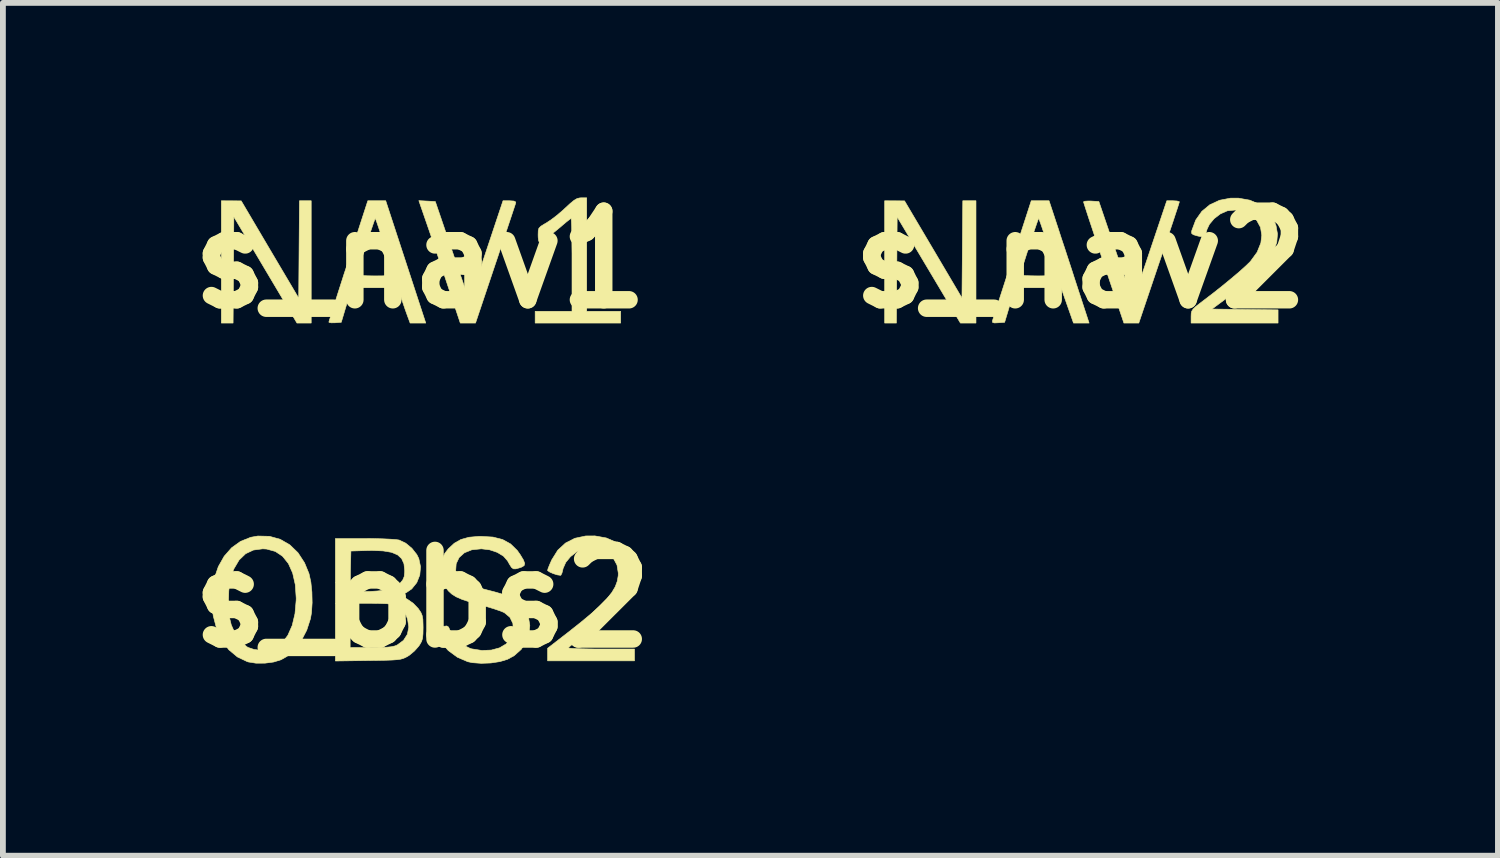
<source format=kicad_pcb>
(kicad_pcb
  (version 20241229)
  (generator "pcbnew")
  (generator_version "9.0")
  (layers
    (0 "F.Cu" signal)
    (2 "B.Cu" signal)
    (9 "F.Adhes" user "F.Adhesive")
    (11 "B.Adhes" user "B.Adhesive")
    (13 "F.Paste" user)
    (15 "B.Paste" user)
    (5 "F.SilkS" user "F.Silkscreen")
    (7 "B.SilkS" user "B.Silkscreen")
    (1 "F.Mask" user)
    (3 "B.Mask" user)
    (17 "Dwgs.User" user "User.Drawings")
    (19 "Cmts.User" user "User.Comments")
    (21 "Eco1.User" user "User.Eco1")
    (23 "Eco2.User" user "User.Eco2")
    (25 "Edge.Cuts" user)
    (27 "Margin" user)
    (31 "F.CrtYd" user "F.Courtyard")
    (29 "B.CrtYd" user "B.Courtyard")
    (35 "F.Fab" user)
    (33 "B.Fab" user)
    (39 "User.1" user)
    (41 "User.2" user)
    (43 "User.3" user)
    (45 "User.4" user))
  (footprint "s_nav2"
    (layer "F.Cu")
    (at 15.541 1.418)
    (property "Reference" "s_nav2" (at 0 0 0) (layer "F.SilkS") (effects (font (size 1.524 1.524) (thickness 0.3))))
    (attr through_hole)
    (fp_poly (pts (xy -1.8 1.09) (xy -2.068 1.09) (xy -3.156 -0.736) (xy -3.169 1.09) (xy -3.371 1.09) (xy -3.371 -1.014) (xy -3.2 -1.013) (xy -3.029 -1.012) (xy -2.535 -0.177) (xy -2.041 0.659) (xy -2.027 -1.014) (xy -1.8 -1.014) (xy -1.8 1.09)) (stroke (width 0.01) (type solid)) (fill yes) (layer "F.SilkS"))
    (fp_poly (pts (xy 1.657 -1.01) (xy 1.695 -1) (xy 1.699 -0.995) (xy 1.691 -0.968) (xy 1.669 -0.897) (xy 1.633 -0.789) (xy 1.587 -0.648) (xy 1.53 -0.479) (xy 1.466 -0.287) (xy 1.396 -0.077) (xy 1.35 0.057) (xy 1.001 1.09) (xy 0.873 1.09) (xy 0.745 1.09) (xy 0.397 0.057) (xy 0.324 -0.161) (xy 0.256 -0.365) (xy 0.195 -0.549) (xy 0.142 -0.708) (xy 0.1 -0.837) (xy 0.07 -0.931) (xy 0.053 -0.985) (xy 0.05 -0.996) (xy 0.073 -1.006) (xy 0.132 -1.01) (xy 0.182 -1.009) (xy 0.314 -1.001) (xy 0.599 -0.165) (xy 0.666 0.031) (xy 0.728 0.212) (xy 0.783 0.373) (xy 0.828 0.507) (xy 0.864 0.608) (xy 0.886 0.673) (xy 0.893 0.694) (xy 0.903 0.676) (xy 0.927 0.615) (xy 0.963 0.516) (xy 1.009 0.385) (xy 1.065 0.226) (xy 1.127 0.045) (xy 1.192 -0.149) (xy 1.483 -1.014) (xy 1.591 -1.014) (xy 1.657 -1.01)) (stroke (width 0.01) (type solid)) (fill yes) (layer "F.SilkS"))
    (fp_poly (pts (xy 2.716 -1.059) (xy 2.912 -1.024) (xy 3.08 -0.951) (xy 3.216 -0.843) (xy 3.316 -0.703) (xy 3.362 -0.586) (xy 3.387 -0.444) (xy 3.375 -0.301) (xy 3.325 -0.156) (xy 3.236 -0.004) (xy 3.105 0.155) (xy 2.931 0.325) (xy 2.713 0.508) (xy 2.56 0.626) (xy 2.26 0.849) (xy 2.828 0.856) (xy 3.397 0.863) (xy 3.397 1.09) (xy 1.901 1.09) (xy 1.901 0.977) (xy 1.903 0.925) (xy 1.912 0.886) (xy 1.936 0.849) (xy 1.982 0.805) (xy 2.058 0.746) (xy 2.11 0.706) (xy 2.279 0.577) (xy 2.444 0.446) (xy 2.596 0.321) (xy 2.731 0.207) (xy 2.839 0.11) (xy 2.915 0.036) (xy 2.924 0.026) (xy 3.037 -0.129) (xy 3.101 -0.288) (xy 3.117 -0.421) (xy 3.095 -0.557) (xy 3.031 -0.674) (xy 2.935 -0.767) (xy 2.814 -0.829) (xy 2.676 -0.856) (xy 2.529 -0.842) (xy 2.519 -0.839) (xy 2.404 -0.788) (xy 2.298 -0.707) (xy 2.216 -0.609) (xy 2.176 -0.525) (xy 2.155 -0.455) (xy 2.136 -0.408) (xy 2.131 -0.4) (xy 2.1 -0.395) (xy 2.038 -0.403) (xy 2.007 -0.41) (xy 1.94 -0.43) (xy 1.911 -0.452) (xy 1.91 -0.486) (xy 1.914 -0.504) (xy 1.981 -0.683) (xy 2.086 -0.832) (xy 2.224 -0.946) (xy 2.391 -1.023) (xy 2.58 -1.059) (xy 2.716 -1.059)) (stroke (width 0.01) (type solid)) (fill yes) (layer "F.SilkS"))
    (fp_poly (pts (xy -0.457 -0.754) (xy -0.428 -0.665) (xy -0.385 -0.535) (xy -0.333 -0.374) (xy -0.272 -0.191) (xy -0.207 0.008) (xy -0.14 0.213) (xy -0.113 0.298) (xy 0.146 1.09) (xy -0.122 1.09) (xy -0.229 0.786) (xy -0.336 0.482) (xy -0.732 0.482) (xy -1.128 0.482) (xy -1.307 1.077) (xy -1.417 1.085) (xy -1.485 1.088) (xy -1.515 1.078) (xy -1.517 1.053) (xy -1.515 1.047) (xy -1.505 1.014) (xy -1.481 0.938) (xy -1.444 0.824) (xy -1.397 0.677) (xy -1.341 0.504) (xy -1.278 0.309) (xy -1.264 0.264) (xy -1.039 0.264) (xy -1.016 0.269) (xy -0.951 0.274) (xy -0.854 0.277) (xy -0.736 0.279) (xy -0.722 0.279) (xy -0.602 0.277) (xy -0.503 0.273) (xy -0.435 0.266) (xy -0.406 0.258) (xy -0.406 0.257) (xy -0.413 0.225) (xy -0.433 0.156) (xy -0.464 0.058) (xy -0.501 -0.06) (xy -0.543 -0.19) (xy -0.586 -0.322) (xy -0.628 -0.447) (xy -0.665 -0.557) (xy -0.695 -0.643) (xy -0.715 -0.697) (xy -0.722 -0.71) (xy -0.732 -0.687) (xy -0.754 -0.625) (xy -0.786 -0.532) (xy -0.824 -0.417) (xy -0.867 -0.289) (xy -0.91 -0.156) (xy -0.951 -0.028) (xy -0.987 0.087) (xy -1.016 0.18) (xy -1.034 0.242) (xy -1.039 0.264) (xy -1.264 0.264) (xy -1.21 0.098) (xy -1.176 -0.006) (xy -0.849 -1.014) (xy -0.696 -1.014) (xy -0.543 -1.014) (xy -0.457 -0.754)) (stroke (width 0.01) (type solid)) (fill yes) (layer "F.SilkS")))
  (footprint "s_nav1"
    (layer "F.Cu")
    (at 4.18 1.418)
    (property "Reference" "s_nav1" (at 0 0 0) (layer "F.SilkS") (effects (font (size 1.524 1.524) (thickness 0.3))))
    (attr through_hole)
    (fp_poly (pts (xy -1.876 1.09) (xy -2.121 1.09) (xy -2.664 0.176) (xy -3.207 -0.738) (xy -3.213 0.176) (xy -3.22 1.09) (xy -3.422 1.09) (xy -3.422 -1.014) (xy -3.251 -1.013) (xy -3.08 -1.012) (xy -2.586 -0.175) (xy -2.091 0.661) (xy -2.078 -1.014) (xy -1.876 -1.014) (xy -1.876 1.09)) (stroke (width 0.01) (type solid)) (fill yes) (layer "F.SilkS"))
    (fp_poly (pts (xy 0.259 -1.001) (xy 0.548 -0.154) (xy 0.615 0.042) (xy 0.677 0.223) (xy 0.732 0.383) (xy 0.778 0.516) (xy 0.813 0.616) (xy 0.836 0.68) (xy 0.843 0.7) (xy 0.853 0.678) (xy 0.876 0.614) (xy 0.912 0.512) (xy 0.958 0.378) (xy 1.013 0.218) (xy 1.074 0.035) (xy 1.137 -0.153) (xy 1.424 -1.014) (xy 1.537 -1.014) (xy 1.612 -1.009) (xy 1.642 -0.993) (xy 1.643 -0.981) (xy 1.634 -0.95) (xy 1.61 -0.877) (xy 1.573 -0.766) (xy 1.525 -0.622) (xy 1.468 -0.451) (xy 1.403 -0.258) (xy 1.333 -0.047) (xy 1.293 0.071) (xy 0.951 1.09) (xy 0.689 1.09) (xy 0.505 0.539) (xy 0.438 0.338) (xy 0.363 0.113) (xy 0.285 -0.117) (xy 0.211 -0.334) (xy 0.149 -0.515) (xy -0.024 -1.016) (xy 0.259 -1.001)) (stroke (width 0.01) (type solid)) (fill yes) (layer "F.SilkS"))
    (fp_poly (pts (xy 2.864 0.887) (xy 3.448 0.887) (xy 3.448 1.09) (xy 1.977 1.09) (xy 1.977 0.887) (xy 2.611 0.887) (xy 2.611 0.089) (xy 2.611 -0.107) (xy 2.609 -0.285) (xy 2.607 -0.439) (xy 2.605 -0.565) (xy 2.601 -0.655) (xy 2.598 -0.703) (xy 2.596 -0.71) (xy 2.571 -0.694) (xy 2.518 -0.653) (xy 2.448 -0.594) (xy 2.425 -0.574) (xy 2.324 -0.49) (xy 2.226 -0.414) (xy 2.141 -0.354) (xy 2.077 -0.315) (xy 2.047 -0.304) (xy 2.036 -0.327) (xy 2.029 -0.385) (xy 2.028 -0.429) (xy 2.03 -0.497) (xy 2.041 -0.541) (xy 2.074 -0.575) (xy 2.136 -0.614) (xy 2.168 -0.632) (xy 2.25 -0.686) (xy 2.35 -0.762) (xy 2.452 -0.849) (xy 2.494 -0.888) (xy 2.583 -0.97) (xy 2.648 -1.023) (xy 2.698 -1.052) (xy 2.744 -1.063) (xy 2.772 -1.065) (xy 2.864 -1.065) (xy 2.864 0.887)) (stroke (width 0.01) (type solid)) (fill yes) (layer "F.SilkS"))
    (fp_poly (pts (xy 0.095 1.09) (xy -0.174 1.09) (xy -0.223 0.957) (xy -0.258 0.86) (xy -0.298 0.743) (xy -0.328 0.653) (xy -0.384 0.482) (xy -1.181 0.482) (xy -1.359 1.077) (xy -1.465 1.085) (xy -1.53 1.086) (xy -1.568 1.078) (xy -1.572 1.073) (xy -1.564 1.045) (xy -1.542 0.974) (xy -1.508 0.865) (xy -1.463 0.723) (xy -1.409 0.553) (xy -1.347 0.36) (xy -1.315 0.259) (xy -1.09 0.259) (xy -1.066 0.267) (xy -1.001 0.273) (xy -0.905 0.277) (xy -0.787 0.279) (xy -0.773 0.279) (xy -0.653 0.278) (xy -0.554 0.274) (xy -0.485 0.269) (xy -0.457 0.263) (xy -0.456 0.263) (xy -0.464 0.232) (xy -0.484 0.163) (xy -0.514 0.065) (xy -0.552 -0.053) (xy -0.594 -0.182) (xy -0.637 -0.315) (xy -0.679 -0.441) (xy -0.716 -0.552) (xy -0.746 -0.64) (xy -0.766 -0.695) (xy -0.773 -0.71) (xy -0.784 -0.687) (xy -0.806 -0.625) (xy -0.838 -0.532) (xy -0.877 -0.417) (xy -0.919 -0.289) (xy -0.962 -0.157) (xy -1.004 -0.029) (xy -1.04 0.085) (xy -1.068 0.178) (xy -1.086 0.239) (xy -1.09 0.259) (xy -1.315 0.259) (xy -1.279 0.15) (xy -1.237 0.019) (xy -0.902 -1.014) (xy -0.594 -1.014) (xy 0.095 1.09)) (stroke (width 0.01) (type solid)) (fill yes) (layer "F.SilkS")))
  (footprint "s_obs2"
    (layer "F.Cu")
    (at 4.216 7.254)
    (property "Reference" "s_obs2" (at 0 0 0) (layer "F.SilkS") (effects (font (size 1.524 1.524) (thickness 0.3))))
    (attr through_hole)
    (fp_poly (pts (xy 3.165 -1.049) (xy 3.333 -0.976) (xy 3.469 -0.868) (xy 3.569 -0.728) (xy 3.616 -0.612) (xy 3.64 -0.464) (xy 3.626 -0.314) (xy 3.571 -0.162) (xy 3.474 -0.003) (xy 3.334 0.163) (xy 3.149 0.339) (xy 2.918 0.527) (xy 2.792 0.621) (xy 2.69 0.697) (xy 2.604 0.762) (xy 2.543 0.812) (xy 2.513 0.84) (xy 2.511 0.843) (xy 2.535 0.848) (xy 2.602 0.853) (xy 2.706 0.857) (xy 2.839 0.86) (xy 2.994 0.862) (xy 3.08 0.862) (xy 3.65 0.862) (xy 3.65 1.065) (xy 2.155 1.065) (xy 2.155 0.849) (xy 2.511 0.573) (xy 2.733 0.397) (xy 2.916 0.245) (xy 3.063 0.112) (xy 3.177 -0.005) (xy 3.261 -0.112) (xy 3.319 -0.21) (xy 3.354 -0.305) (xy 3.37 -0.4) (xy 3.371 -0.445) (xy 3.349 -0.583) (xy 3.285 -0.702) (xy 3.188 -0.794) (xy 3.067 -0.855) (xy 2.927 -0.879) (xy 2.777 -0.862) (xy 2.768 -0.86) (xy 2.653 -0.808) (xy 2.549 -0.727) (xy 2.468 -0.629) (xy 2.422 -0.526) (xy 2.418 -0.508) (xy 2.402 -0.444) (xy 2.383 -0.408) (xy 2.376 -0.406) (xy 2.321 -0.414) (xy 2.254 -0.435) (xy 2.194 -0.461) (xy 2.158 -0.485) (xy 2.155 -0.492) (xy 2.165 -0.528) (xy 2.192 -0.594) (xy 2.227 -0.673) (xy 2.33 -0.838) (xy 2.463 -0.961) (xy 2.623 -1.043) (xy 2.81 -1.083) (xy 2.969 -1.084) (xy 3.165 -1.049)) (stroke (width 0.01) (type solid)) (fill yes) (layer "F.SilkS"))
    (fp_poly (pts (xy -2.63 -1.077) (xy -2.446 -1.026) (xy -2.281 -0.931) (xy -2.14 -0.795) (xy -2.026 -0.62) (xy -1.95 -0.435) (xy -1.918 -0.29) (xy -1.9 -0.117) (xy -1.896 0.066) (xy -1.907 0.237) (xy -1.925 0.341) (xy -1.989 0.538) (xy -2.082 0.717) (xy -2.197 0.87) (xy -2.328 0.988) (xy -2.43 1.046) (xy -2.556 1.085) (xy -2.706 1.105) (xy -2.859 1.106) (xy -2.992 1.085) (xy -3.012 1.079) (xy -3.182 0.998) (xy -3.329 0.875) (xy -3.448 0.713) (xy -3.538 0.518) (xy -3.597 0.292) (xy -3.618 0.126) (xy -3.617 0.03) (xy -3.335 0.03) (xy -3.33 0.195) (xy -3.313 0.342) (xy -3.287 0.448) (xy -3.218 0.602) (xy -3.127 0.729) (xy -3.023 0.82) (xy -2.998 0.835) (xy -2.897 0.869) (xy -2.776 0.885) (xy -2.654 0.881) (xy -2.553 0.857) (xy -2.536 0.85) (xy -2.414 0.759) (xy -2.314 0.626) (xy -2.239 0.457) (xy -2.191 0.255) (xy -2.171 0.026) (xy -2.17 -0.013) (xy -2.186 -0.246) (xy -2.231 -0.445) (xy -2.304 -0.608) (xy -2.404 -0.733) (xy -2.529 -0.817) (xy -2.678 -0.858) (xy -2.747 -0.862) (xy -2.906 -0.841) (xy -3.04 -0.778) (xy -3.152 -0.67) (xy -3.242 -0.518) (xy -3.287 -0.404) (xy -3.314 -0.286) (xy -3.33 -0.136) (xy -3.335 0.03) (xy -3.617 0.03) (xy -3.617 -0.121) (xy -3.58 -0.35) (xy -3.51 -0.555) (xy -3.409 -0.734) (xy -3.281 -0.88) (xy -3.128 -0.99) (xy -2.953 -1.06) (xy -2.83 -1.082) (xy -2.63 -1.077)) (stroke (width 0.01) (type solid)) (fill yes) (layer "F.SilkS"))
    (fp_poly (pts (xy -0.995 -1.039) (xy -0.834 -1.038) (xy -0.684 -1.034) (xy -0.555 -1.028) (xy -0.457 -1.021) (xy -0.399 -1.013) (xy -0.397 -1.012) (xy -0.286 -0.959) (xy -0.18 -0.871) (xy -0.095 -0.763) (xy -0.061 -0.695) (xy -0.031 -0.553) (xy -0.044 -0.411) (xy -0.096 -0.28) (xy -0.183 -0.172) (xy -0.277 -0.108) (xy -0.38 -0.057) (xy -0.26 0.004) (xy -0.156 0.076) (xy -0.069 0.167) (xy -0.064 0.175) (xy -0.025 0.233) (xy -0.003 0.286) (xy 0.009 0.35) (xy 0.012 0.44) (xy 0.013 0.494) (xy 0.011 0.602) (xy 0.004 0.676) (xy -0.013 0.731) (xy -0.044 0.786) (xy -0.064 0.815) (xy -0.135 0.895) (xy -0.221 0.967) (xy -0.255 0.989) (xy -0.293 1.009) (xy -0.331 1.025) (xy -0.375 1.037) (xy -0.432 1.045) (xy -0.512 1.051) (xy -0.62 1.055) (xy -0.764 1.058) (xy -0.932 1.06) (xy -1.496 1.068) (xy -1.496 0.837) (xy -1.242 0.837) (xy -0.881 0.836) (xy -0.728 0.835) (xy -0.616 0.831) (xy -0.535 0.823) (xy -0.476 0.81) (xy -0.431 0.792) (xy -0.324 0.713) (xy -0.257 0.608) (xy -0.233 0.484) (xy -0.254 0.347) (xy -0.278 0.286) (xy -0.317 0.212) (xy -0.362 0.158) (xy -0.421 0.12) (xy -0.502 0.096) (xy -0.614 0.082) (xy -0.763 0.077) (xy -0.868 0.076) (xy -1.242 0.076) (xy -1.242 0.837) (xy -1.496 0.837) (xy -1.496 -0.385) (xy -1.238 -0.385) (xy -1.238 -0.278) (xy -1.236 -0.2) (xy -1.231 -0.161) (xy -1.231 -0.16) (xy -1.2 -0.143) (xy -1.129 -0.132) (xy -1.028 -0.127) (xy -0.908 -0.128) (xy -0.778 -0.136) (xy -0.649 -0.149) (xy -0.634 -0.151) (xy -0.536 -0.169) (xy -0.471 -0.193) (xy -0.417 -0.233) (xy -0.387 -0.265) (xy -0.337 -0.326) (xy -0.312 -0.384) (xy -0.304 -0.462) (xy -0.304 -0.492) (xy -0.316 -0.605) (xy -0.356 -0.693) (xy -0.426 -0.758) (xy -0.531 -0.802) (xy -0.675 -0.826) (xy -0.862 -0.834) (xy -0.963 -0.832) (xy -1.229 -0.824) (xy -1.237 -0.508) (xy -1.238 -0.385) (xy -1.496 -0.385) (xy -1.496 -1.039) (xy -0.995 -1.039)) (stroke (width 0.01) (type solid)) (fill yes) (layer "F.SilkS"))
    (fp_poly (pts (xy 1.216 -1.064) (xy 1.382 -1.021) (xy 1.518 -0.946) (xy 1.632 -0.835) (xy 1.685 -0.76) (xy 1.739 -0.67) (xy 1.761 -0.611) (xy 1.751 -0.573) (xy 1.707 -0.547) (xy 1.669 -0.534) (xy 1.607 -0.517) (xy 1.567 -0.518) (xy 1.534 -0.542) (xy 1.498 -0.599) (xy 1.466 -0.656) (xy 1.396 -0.736) (xy 1.289 -0.801) (xy 1.158 -0.845) (xy 1.017 -0.862) (xy 1.014 -0.862) (xy 0.851 -0.845) (xy 0.724 -0.794) (xy 0.632 -0.711) (xy 0.582 -0.605) (xy 0.574 -0.488) (xy 0.614 -0.381) (xy 0.696 -0.296) (xy 0.713 -0.285) (xy 0.771 -0.258) (xy 0.865 -0.225) (xy 0.983 -0.189) (xy 1.111 -0.155) (xy 1.111 -0.155) (xy 1.243 -0.121) (xy 1.367 -0.085) (xy 1.469 -0.051) (xy 1.535 -0.025) (xy 1.67 0.065) (xy 1.767 0.18) (xy 1.826 0.313) (xy 1.849 0.456) (xy 1.835 0.602) (xy 1.785 0.742) (xy 1.7 0.869) (xy 1.58 0.976) (xy 1.465 1.039) (xy 1.336 1.078) (xy 1.179 1.102) (xy 1.014 1.108) (xy 0.862 1.097) (xy 0.781 1.08) (xy 0.604 1.004) (xy 0.447 0.889) (xy 0.319 0.743) (xy 0.252 0.625) (xy 0.226 0.563) (xy 0.224 0.525) (xy 0.251 0.502) (xy 0.316 0.483) (xy 0.369 0.471) (xy 0.421 0.465) (xy 0.451 0.484) (xy 0.476 0.54) (xy 0.478 0.543) (xy 0.53 0.634) (xy 0.617 0.724) (xy 0.721 0.802) (xy 0.827 0.853) (xy 0.848 0.859) (xy 1.025 0.887) (xy 1.187 0.88) (xy 1.328 0.842) (xy 1.441 0.775) (xy 1.522 0.682) (xy 1.563 0.564) (xy 1.565 0.551) (xy 1.558 0.422) (xy 1.507 0.317) (xy 1.414 0.239) (xy 1.4 0.231) (xy 1.338 0.206) (xy 1.241 0.173) (xy 1.121 0.136) (xy 1.002 0.104) (xy 0.822 0.054) (xy 0.685 0.009) (xy 0.582 -0.036) (xy 0.506 -0.084) (xy 0.448 -0.138) (xy 0.421 -0.174) (xy 0.34 -0.328) (xy 0.307 -0.485) (xy 0.323 -0.638) (xy 0.385 -0.782) (xy 0.446 -0.861) (xy 0.55 -0.958) (xy 0.665 -1.023) (xy 0.802 -1.061) (xy 0.972 -1.076) (xy 1.014 -1.076) (xy 1.216 -1.064)) (stroke (width 0.01) (type solid)) (fill yes) (layer "F.SilkS")))
  (gr_rect
    (start -3 -3)
    (end 22.721 11.672)
    (stroke (width 0.1) (type default))
    (fill no)
    (layer "Edge.Cuts")))
</source>
